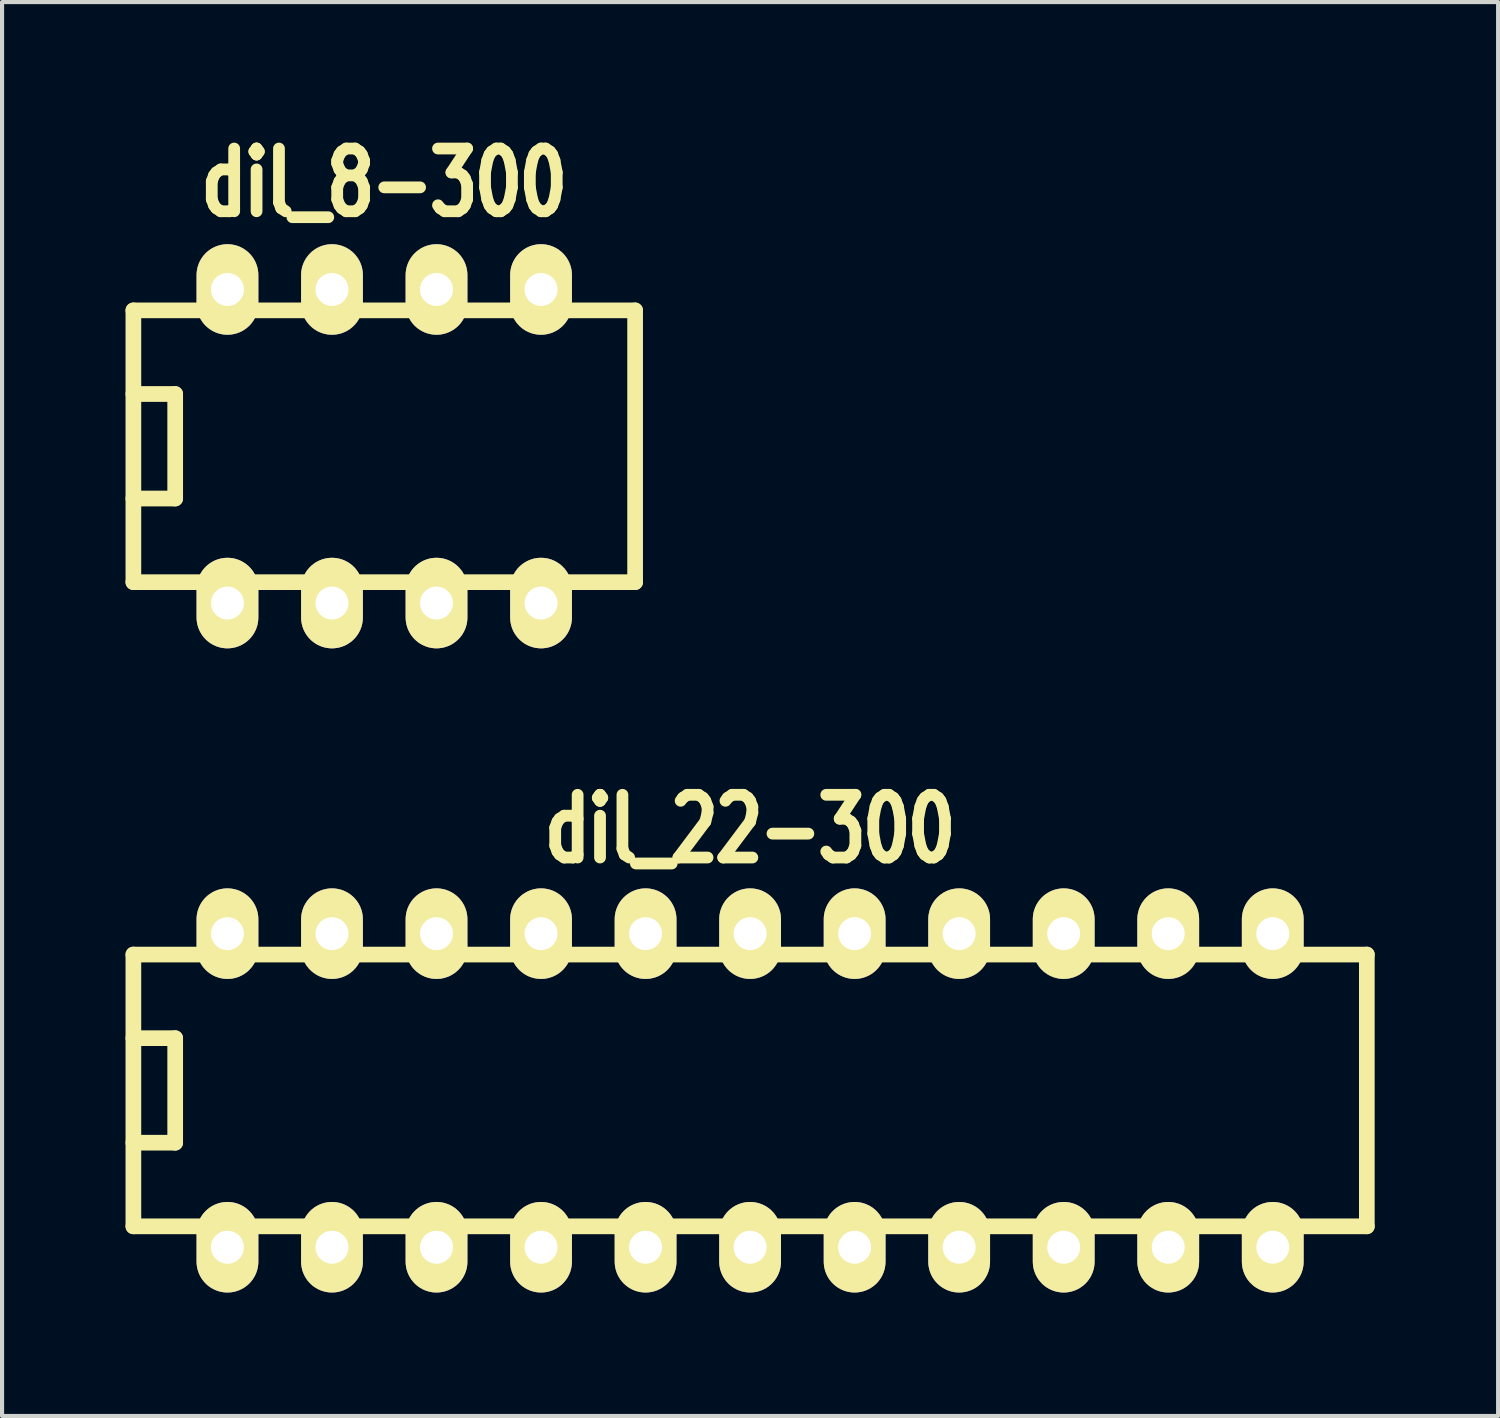
<source format=kicad_pcb>
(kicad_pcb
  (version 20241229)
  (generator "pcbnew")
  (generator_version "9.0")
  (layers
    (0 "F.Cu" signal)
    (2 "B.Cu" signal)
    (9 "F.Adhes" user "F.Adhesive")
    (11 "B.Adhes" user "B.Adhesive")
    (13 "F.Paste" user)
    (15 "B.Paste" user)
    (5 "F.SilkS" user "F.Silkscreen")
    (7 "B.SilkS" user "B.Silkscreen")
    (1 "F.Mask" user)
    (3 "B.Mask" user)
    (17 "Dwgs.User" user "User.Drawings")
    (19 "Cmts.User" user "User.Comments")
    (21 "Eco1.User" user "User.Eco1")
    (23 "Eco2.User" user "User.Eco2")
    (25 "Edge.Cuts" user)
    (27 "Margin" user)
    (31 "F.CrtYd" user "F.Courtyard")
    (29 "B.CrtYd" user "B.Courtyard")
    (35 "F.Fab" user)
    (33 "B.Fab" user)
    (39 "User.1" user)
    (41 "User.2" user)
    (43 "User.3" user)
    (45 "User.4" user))
  (footprint "dil_22-300"
    (layer "F.Cu")
    (at 15.177 23.447)
    (property "Reference" "dil_22-300" (at 0 -6.35 0) (layer "F.SilkS") (effects (font (size 1.524 1.143) (thickness 0.287))))
    (attr through_hole)
    (fp_line (start -14.986 -3.302) (end 14.986 -3.302) (stroke (width 0.381) (type solid)) (layer "F.SilkS"))
    (fp_line (start -14.986 3.302) (end -14.986 -3.302) (stroke (width 0.381) (type solid)) (layer "F.SilkS"))
    (fp_line (start -13.97 -1.27) (end -14.986 -1.27) (stroke (width 0.381) (type solid)) (layer "F.SilkS"))
    (fp_line (start -13.97 -1.27) (end -13.97 1.27) (stroke (width 0.381) (type solid)) (layer "F.SilkS"))
    (fp_line (start -13.97 1.27) (end -14.986 1.27) (stroke (width 0.381) (type solid)) (layer "F.SilkS"))
    (fp_line (start 14.986 -3.302) (end 14.986 3.302) (stroke (width 0.381) (type solid)) (layer "F.SilkS"))
    (fp_line (start 14.986 3.302) (end -14.986 3.302) (stroke (width 0.381) (type solid)) (layer "F.SilkS"))
    (pad "1" thru_hole oval (at -12.7 3.81) (size 1.501 2.2) (drill 0.8) (layers "*.Cu" "*.Mask" "F.SilkS"))
    (pad "2" thru_hole oval (at -10.16 3.81) (size 1.501 2.2) (drill 0.8) (layers "*.Cu" "*.Mask" "F.SilkS"))
    (pad "3" thru_hole oval (at -7.62 3.81) (size 1.501 2.2) (drill 0.8) (layers "*.Cu" "*.Mask" "F.SilkS"))
    (pad "4" thru_hole oval (at -5.08 3.81) (size 1.501 2.2) (drill 0.8) (layers "*.Cu" "*.Mask" "F.SilkS"))
    (pad "5" thru_hole oval (at -2.54 3.81) (size 1.501 2.2) (drill 0.8) (layers "*.Cu" "*.Mask" "F.SilkS"))
    (pad "6" thru_hole oval (at 0 3.81) (size 1.501 2.2) (drill 0.8) (layers "*.Cu" "*.Mask" "F.SilkS"))
    (pad "7" thru_hole oval (at 2.54 3.81) (size 1.501 2.2) (drill 0.8) (layers "*.Cu" "*.Mask" "F.SilkS"))
    (pad "8" thru_hole oval (at 5.08 3.81) (size 1.501 2.2) (drill 0.8) (layers "*.Cu" "*.Mask" "F.SilkS"))
    (pad "9" thru_hole oval (at 7.62 3.81) (size 1.501 2.2) (drill 0.8) (layers "*.Cu" "*.Mask" "F.SilkS"))
    (pad "10" thru_hole oval (at 10.16 3.81) (size 1.501 2.2) (drill 0.8) (layers "*.Cu" "*.Mask" "F.SilkS"))
    (pad "11" thru_hole oval (at 12.7 3.81) (size 1.501 2.2) (drill 0.8) (layers "*.Cu" "*.Mask" "F.SilkS"))
    (pad "12" thru_hole oval (at 12.7 -3.81) (size 1.501 2.2) (drill 0.8) (layers "*.Cu" "*.Mask" "F.SilkS"))
    (pad "13" thru_hole oval (at 10.16 -3.81) (size 1.501 2.2) (drill 0.8) (layers "*.Cu" "*.Mask" "F.SilkS"))
    (pad "14" thru_hole oval (at 7.62 -3.81) (size 1.501 2.2) (drill 0.8) (layers "*.Cu" "*.Mask" "F.SilkS"))
    (pad "15" thru_hole oval (at 5.08 -3.81) (size 1.501 2.2) (drill 0.8) (layers "*.Cu" "*.Mask" "F.SilkS"))
    (pad "16" thru_hole oval (at 2.54 -3.81) (size 1.501 2.2) (drill 0.8) (layers "*.Cu" "*.Mask" "F.SilkS"))
    (pad "17" thru_hole oval (at 0 -3.81) (size 1.501 2.2) (drill 0.8) (layers "*.Cu" "*.Mask" "F.SilkS"))
    (pad "18" thru_hole oval (at -2.54 -3.81) (size 1.501 2.2) (drill 0.8) (layers "*.Cu" "*.Mask" "F.SilkS"))
    (pad "19" thru_hole oval (at -5.08 -3.81) (size 1.501 2.2) (drill 0.8) (layers "*.Cu" "*.Mask" "F.SilkS"))
    (pad "20" thru_hole oval (at -7.62 -3.81) (size 1.501 2.2) (drill 0.8) (layers "*.Cu" "*.Mask" "F.SilkS"))
    (pad "21" thru_hole oval (at -10.16 -3.81) (size 1.501 2.2) (drill 0.8) (layers "*.Cu" "*.Mask" "F.SilkS"))
    (pad "22" thru_hole oval (at -12.7 -3.81) (size 1.501 2.2) (drill 0.8) (layers "*.Cu" "*.Mask" "F.SilkS")))
  (footprint "dil_8-300"
    (layer "F.Cu")
    (at 6.287 7.794)
    (property "Reference" "dil_8-300" (at 0 -6.401 0) (layer "F.SilkS") (effects (font (size 1.524 1.143) (thickness 0.287))))
    (attr through_hole)
    (fp_line (start -6.096 -3.302) (end 6.096 -3.302) (stroke (width 0.381) (type solid)) (layer "F.SilkS"))
    (fp_line (start -6.096 3.302) (end -6.096 -3.302) (stroke (width 0.381) (type solid)) (layer "F.SilkS"))
    (fp_line (start -5.08 -1.27) (end -6.096 -1.27) (stroke (width 0.381) (type solid)) (layer "F.SilkS"))
    (fp_line (start -5.08 -1.27) (end -5.08 1.27) (stroke (width 0.381) (type solid)) (layer "F.SilkS"))
    (fp_line (start -5.08 1.27) (end -6.096 1.27) (stroke (width 0.381) (type solid)) (layer "F.SilkS"))
    (fp_line (start 6.096 -3.302) (end 6.096 3.302) (stroke (width 0.381) (type solid)) (layer "F.SilkS"))
    (fp_line (start 6.096 3.302) (end -6.096 3.302) (stroke (width 0.381) (type solid)) (layer "F.SilkS"))
    (pad "1" thru_hole oval (at -3.81 3.81) (size 1.501 2.2) (drill 0.8) (layers "*.Cu" "*.Mask" "F.SilkS"))
    (pad "2" thru_hole oval (at -1.27 3.81) (size 1.501 2.2) (drill 0.8) (layers "*.Cu" "*.Mask" "F.SilkS"))
    (pad "3" thru_hole oval (at 1.27 3.81) (size 1.501 2.2) (drill 0.8) (layers "*.Cu" "*.Mask" "F.SilkS"))
    (pad "4" thru_hole oval (at 3.81 3.81) (size 1.501 2.2) (drill 0.8) (layers "*.Cu" "*.Mask" "F.SilkS"))
    (pad "5" thru_hole oval (at 3.81 -3.81) (size 1.501 2.2) (drill 0.8) (layers "*.Cu" "*.Mask" "F.SilkS"))
    (pad "6" thru_hole oval (at 1.27 -3.81) (size 1.501 2.2) (drill 0.8) (layers "*.Cu" "*.Mask" "F.SilkS"))
    (pad "7" thru_hole oval (at -1.27 -3.81) (size 1.501 2.2) (drill 0.8) (layers "*.Cu" "*.Mask" "F.SilkS"))
    (pad "8" thru_hole oval (at -3.81 -3.81) (size 1.501 2.2) (drill 0.8) (layers "*.Cu" "*.Mask" "F.SilkS")))
  (gr_rect
    (start -3 -3)
    (end 33.353 31.357)
    (stroke (width 0.1) (type default))
    (fill no)
    (layer "Edge.Cuts")))
</source>
